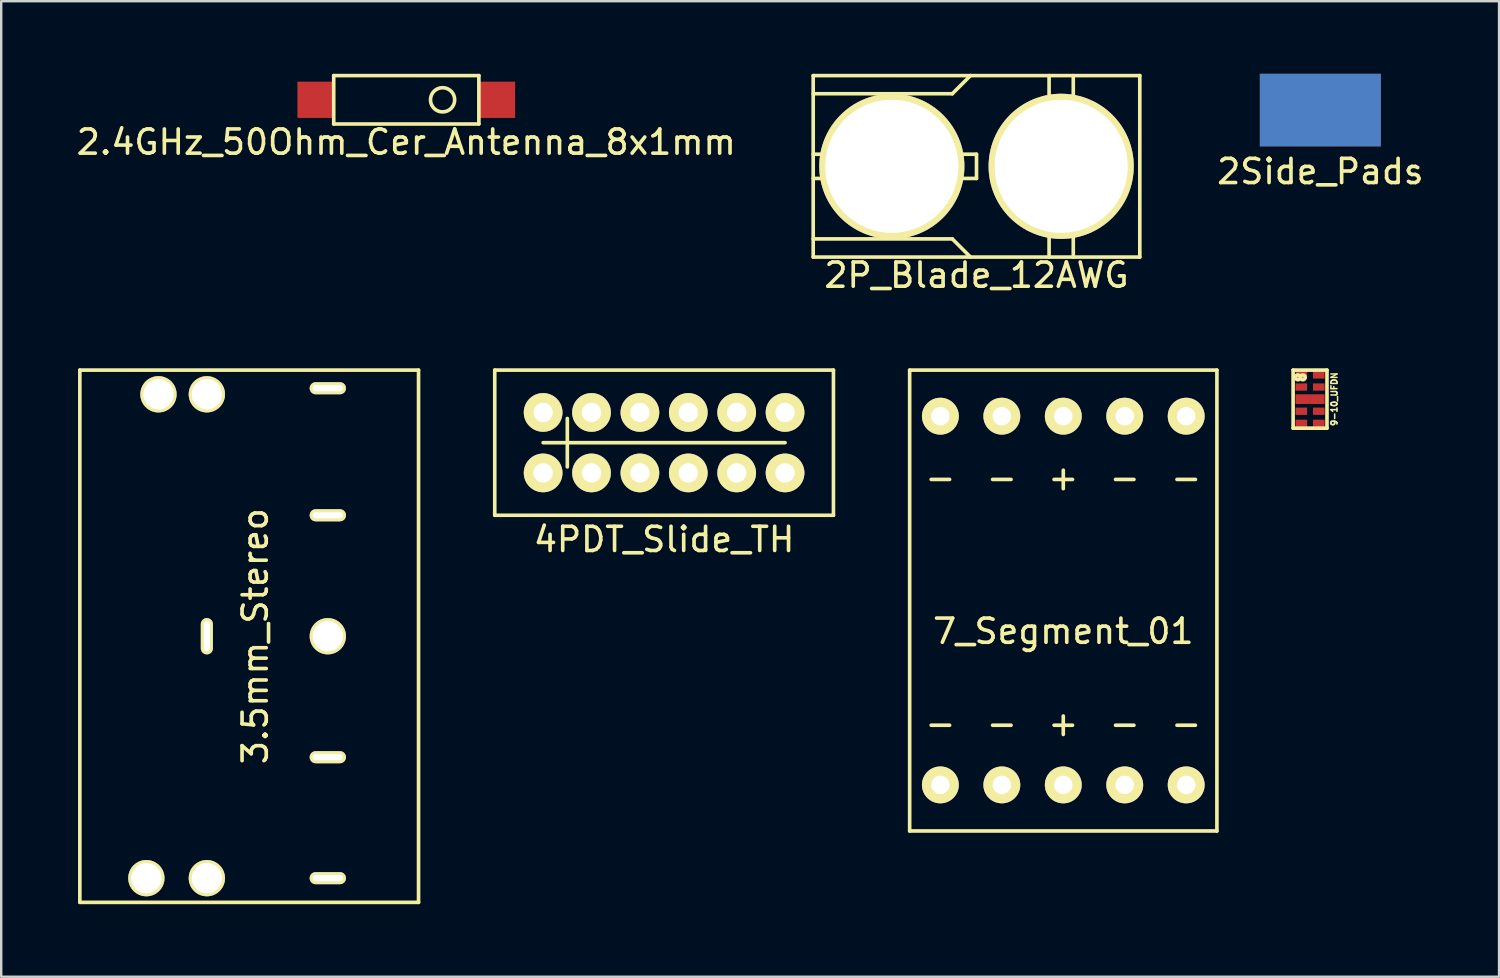
<source format=kicad_pcb>
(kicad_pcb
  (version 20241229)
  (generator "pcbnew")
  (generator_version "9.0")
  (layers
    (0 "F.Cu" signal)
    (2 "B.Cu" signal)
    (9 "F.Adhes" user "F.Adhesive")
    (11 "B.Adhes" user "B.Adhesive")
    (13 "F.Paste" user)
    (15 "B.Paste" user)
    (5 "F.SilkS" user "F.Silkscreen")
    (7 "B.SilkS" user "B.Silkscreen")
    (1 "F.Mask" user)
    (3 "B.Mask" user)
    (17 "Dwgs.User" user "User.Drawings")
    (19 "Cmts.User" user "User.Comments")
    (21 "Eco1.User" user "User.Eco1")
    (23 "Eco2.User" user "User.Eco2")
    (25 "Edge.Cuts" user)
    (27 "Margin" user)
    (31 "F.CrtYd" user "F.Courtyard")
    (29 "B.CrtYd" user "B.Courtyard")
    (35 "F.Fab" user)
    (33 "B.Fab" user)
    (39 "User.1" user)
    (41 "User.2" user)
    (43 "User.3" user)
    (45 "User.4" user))
  (footprint "2Side_Pads"
    (layer "F.Cu")
    (at 51.525 1.5)
    (property "Reference" "2Side_Pads" (at 0 2.54 0) (layer "F.SilkS") (effects (font (size 1 1) (thickness 0.15))))
    (attr through_hole)
    (pad "1" smd rect (at 0 0) (size 5 3) (layers "F.Cu" "F.Mask" "F.Paste"))
    (pad "2" smd rect (at 0 0) (size 5 3) (layers "F.Mask" "B.Cu" "F.Paste")))
  (footprint "2.4GHz_50Ohm_Cer_Antenna_8x1mm"
    (layer "F.Cu")
    (at 13.744 1.075)
    (property "Reference" "2.4GHz_50Ohm_Cer_Antenna_8x1mm" (at 0 1.75 0) (layer "F.SilkS") (effects (font (size 1 1) (thickness 0.15))))
    (attr through_hole)
    (fp_line (start -3 -1) (end 3 -1) (stroke (width 0.15) (type solid)) (layer "F.SilkS"))
    (fp_line (start -3 1) (end -3 -1) (stroke (width 0.15) (type solid)) (layer "F.SilkS"))
    (fp_line (start 3 -1) (end 3 1) (stroke (width 0.15) (type solid)) (layer "F.SilkS"))
    (fp_line (start 3 1) (end -3 1) (stroke (width 0.15) (type solid)) (layer "F.SilkS"))
    (fp_circle (center 1.5 0) (end 1.5 -0.5) (stroke (width 0.15) (type solid)) (fill no) (layer "F.SilkS"))
    (pad "1" smd rect (at 3.75 0) (size 1.5 1.5) (layers "F.Cu" "F.Mask" "F.Paste"))
    (pad "2" smd rect (at -3.75 0) (size 1.5 1.5) (layers "F.Cu" "F.Mask" "F.Paste")))
  (footprint "9-10_UFDN"
    (layer "F.Cu")
    (at 51.1 13.448)
    (property "Reference" "9-10_UFDN" (at 1 0 90) (layer "F.SilkS") (effects (font (size 0.25 0.25) (thickness 0.062))))
    (attr through_hole)
    (fp_line (start -0.7 -1.2) (end -0.7 1.2) (stroke (width 0.15) (type solid)) (layer "F.SilkS"))
    (fp_line (start -0.7 1.2) (end 0.7 1.2) (stroke (width 0.15) (type solid)) (layer "F.SilkS"))
    (fp_line (start 0.7 -1.2) (end -0.7 -1.2) (stroke (width 0.15) (type solid)) (layer "F.SilkS"))
    (fp_line (start 0.7 1.2) (end 0.7 -1.2) (stroke (width 0.15) (type solid)) (layer "F.SilkS"))
    (fp_circle (center -0.5 -0.9) (end -0.5 -1) (stroke (width 0.15) (type solid)) (fill no) (layer "F.SilkS"))
    (fp_circle (center -0.3 -0.9) (end -0.3 -1) (stroke (width 0.15) (type solid)) (fill no) (layer "F.SilkS"))
    (pad "1" smd rect (at -0.36 -1) (size 0.48 0.3) (layers "F.Cu" "F.Mask" "F.Paste"))
    (pad "2" smd rect (at -0.36 -0.5) (size 0.48 0.3) (layers "F.Cu" "F.Mask" "F.Paste"))
    (pad "3" smd rect (at -0.3 0) (size 0.6 0.4) (layers "F.Cu" "F.Mask" "F.Paste"))
    (pad "4" smd rect (at -0.36 0.5) (size 0.48 0.3) (layers "F.Cu" "F.Mask" "F.Paste"))
    (pad "5" smd rect (at -0.36 1) (size 0.48 0.3) (layers "F.Cu" "F.Mask" "F.Paste"))
    (pad "6" smd rect (at 0.36 1) (size 0.48 0.3) (layers "F.Cu" "F.Mask" "F.Paste"))
    (pad "7" smd rect (at 0.36 0.5) (size 0.48 0.3) (layers "F.Cu" "F.Mask" "F.Paste"))
    (pad "8" smd rect (at 0.3 0) (size 0.6 0.4) (layers "F.Cu" "F.Mask" "F.Paste"))
    (pad "9" smd rect (at 0.36 -0.5) (size 0.48 0.3) (layers "F.Cu" "F.Mask" "F.Paste"))
    (pad "10" smd rect (at 0.36 -1) (size 0.48 0.3) (layers "F.Cu" "F.Mask" "F.Paste")))
  (footprint "7_Segment_01"
    (layer "F.Cu")
    (at 40.9 21.773)
    (property "Reference" "7_Segment_01" (at 0 1.27 0) (layer "F.SilkS") (effects (font (size 1 1) (thickness 0.15))))
    (attr through_hole)
    (fp_line (start -6.35 -9.525) (end 6.35 -9.525) (stroke (width 0.15) (type solid)) (layer "F.SilkS"))
    (fp_line (start -6.35 9.525) (end -6.35 -9.525) (stroke (width 0.15) (type solid)) (layer "F.SilkS"))
    (fp_line (start 6.35 -9.525) (end 6.35 9.525) (stroke (width 0.15) (type solid)) (layer "F.SilkS"))
    (fp_line (start 6.35 9.525) (end -6.35 9.525) (stroke (width 0.15) (type solid)) (layer "F.SilkS"))
    (fp_text user "-" (at -5.08 -5.08 0) (layer "F.SilkS") (effects (font (size 1 1) (thickness 0.15))))
    (fp_text user "-" (at -2.54 5.08 0) (layer "F.SilkS") (effects (font (size 1 1) (thickness 0.15))))
    (fp_text user "-" (at 5.08 -5.08 0) (layer "F.SilkS") (effects (font (size 1 1) (thickness 0.15))))
    (fp_text user "-" (at 5.08 5.08 0) (layer "F.SilkS") (effects (font (size 1 1) (thickness 0.15))))
    (fp_text user "-" (at -5.08 5.08 0) (layer "F.SilkS") (effects (font (size 1 1) (thickness 0.15))))
    (fp_text user "+" (at 0 -5.08 0) (layer "F.SilkS") (effects (font (size 1 1) (thickness 0.15))))
    (fp_text user "+" (at 0 5.08 0) (layer "F.SilkS") (effects (font (size 1 1) (thickness 0.15))))
    (fp_text user "-" (at 2.54 -5.08 0) (layer "F.SilkS") (effects (font (size 1 1) (thickness 0.15))))
    (fp_text user "-" (at 2.54 5.08 0) (layer "F.SilkS") (effects (font (size 1 1) (thickness 0.15))))
    (fp_text user "-" (at -2.54 -5.08 0) (layer "F.SilkS") (effects (font (size 1 1) (thickness 0.15))))
    (pad "1" thru_hole circle (at -5.08 -7.62) (size 1.524 1.524) (drill 0.762) (layers "*.Cu" "*.Mask" "F.SilkS"))
    (pad "2" thru_hole circle (at -2.54 -7.62) (size 1.524 1.524) (drill 0.762) (layers "*.Cu" "*.Mask" "F.SilkS"))
    (pad "3" thru_hole circle (at 0 -7.62) (size 1.524 1.524) (drill 0.762) (layers "*.Cu" "*.Mask" "F.SilkS"))
    (pad "4" thru_hole circle (at 2.54 -7.62) (size 1.524 1.524) (drill 0.762) (layers "*.Cu" "*.Mask" "F.SilkS"))
    (pad "5" thru_hole circle (at 5.08 -7.62) (size 1.524 1.524) (drill 0.762) (layers "*.Cu" "*.Mask" "F.SilkS"))
    (pad "6" thru_hole circle (at 5.08 7.62) (size 1.524 1.524) (drill 0.762) (layers "*.Cu" "*.Mask" "F.SilkS"))
    (pad "7" thru_hole circle (at 2.54 7.62) (size 1.524 1.524) (drill 0.762) (layers "*.Cu" "*.Mask" "F.SilkS"))
    (pad "8" thru_hole circle (at 0 7.62) (size 1.524 1.524) (drill 0.762) (layers "*.Cu" "*.Mask" "F.SilkS"))
    (pad "9" thru_hole circle (at -2.54 7.62) (size 1.524 1.524) (drill 0.762) (layers "*.Cu" "*.Mask" "F.SilkS"))
    (pad "10" thru_hole circle (at -5.08 7.62) (size 1.524 1.524) (drill 0.762) (layers "*.Cu" "*.Mask" "F.SilkS")))
  (footprint "3.5mm_Stereo"
    (layer "F.Cu")
    (at 0.25 23.248)
    (property "Reference" "3.5mm_Stereo" (at 7.25 0 90) (layer "F.SilkS") (effects (font (size 1 1) (thickness 0.15))))
    (attr through_hole)
    (fp_line (start 0 -11) (end 14 -11) (stroke (width 0.15) (type solid)) (layer "F.SilkS"))
    (fp_line (start 0 11) (end 0 -11) (stroke (width 0.15) (type solid)) (layer "F.SilkS"))
    (fp_line (start 14 -11) (end 14 11) (stroke (width 0.15) (type solid)) (layer "F.SilkS"))
    (fp_line (start 14 11) (end 0 11) (stroke (width 0.15) (type solid)) (layer "F.SilkS"))
    (pad "1" thru_hole oval (at 5.25 0) (size 0.5 1.5) (drill oval 0.25 1.25) (layers "*.Cu" "*.Mask" "F.SilkS"))
    (pad "2" thru_hole oval (at 10.25 10) (size 1.5 0.5) (drill oval 1.25 0.25) (layers "*.Cu" "*.Mask" "F.SilkS"))
    (pad "3" thru_hole oval (at 10.25 -10.25) (size 1.5 0.5) (drill oval 1.25 0.25) (layers "*.Cu" "*.Mask" "F.SilkS"))
    (pad "4" thru_hole oval (at 10.25 5) (size 1.5 0.5) (drill oval 1.25 0.25) (layers "*.Cu" "*.Mask" "F.SilkS"))
    (pad "5" thru_hole oval (at 10.25 -5) (size 1.5 0.5) (drill oval 1.25 0.25) (layers "*.Cu" "*.Mask" "F.SilkS"))
    (pad "6" thru_hole circle (at 2.75 10) (size 1.5 1.5) (drill 1.25) (layers "*.Cu" "*.Mask" "F.SilkS"))
    (pad "6" thru_hole circle (at 3.25 -10) (size 1.5 1.5) (drill 1.25) (layers "*.Cu" "*.Mask" "F.SilkS"))
    (pad "6" thru_hole circle (at 5.25 -10) (size 1.5 1.5) (drill 1.25) (layers "*.Cu" "*.Mask" "F.SilkS"))
    (pad "6" thru_hole circle (at 5.25 10) (size 1.5 1.5) (drill 1.25) (layers "*.Cu" "*.Mask" "F.SilkS"))
    (pad "6" thru_hole circle (at 10.25 0) (size 1.5 1.5) (drill 1.25) (layers "*.Cu" "*.Mask" "F.SilkS")))
  (footprint "2P_Blade_12AWG"
    (layer "F.Cu")
    (at 37.313 3.825)
    (property "Reference" "2P_Blade_12AWG" (at 0 4.5 0) (layer "F.SilkS") (effects (font (size 1 1) (thickness 0.15))))
    (attr through_hole)
    (fp_line (start -6.75 -3.75) (end 6.75 -3.75) (stroke (width 0.15) (type solid)) (layer "F.SilkS"))
    (fp_line (start -6.75 -3) (end -1 -3) (stroke (width 0.15) (type solid)) (layer "F.SilkS"))
    (fp_line (start -6.75 3.75) (end -6.75 -3.75) (stroke (width 0.15) (type solid)) (layer "F.SilkS"))
    (fp_line (start -1 -3) (end -0.25 -3.75) (stroke (width 0.15) (type solid)) (layer "F.SilkS"))
    (fp_line (start -1 3) (end -6.75 3) (stroke (width 0.15) (type solid)) (layer "F.SilkS"))
    (fp_line (start -0.25 3.75) (end -1 3) (stroke (width 0.15) (type solid)) (layer "F.SilkS"))
    (fp_line (start 0 -0.5) (end -6.75 -0.5) (stroke (width 0.15) (type solid)) (layer "F.SilkS"))
    (fp_line (start 0 -0.5) (end 0 0.5) (stroke (width 0.15) (type solid)) (layer "F.SilkS"))
    (fp_line (start 0 0.5) (end -6.75 0.5) (stroke (width 0.15) (type solid)) (layer "F.SilkS"))
    (fp_line (start 3 -3.75) (end 3 3.75) (stroke (width 0.15) (type solid)) (layer "F.SilkS"))
    (fp_line (start 4 3.75) (end 4 -3.75) (stroke (width 0.15) (type solid)) (layer "F.SilkS"))
    (fp_line (start 6.75 -3.75) (end 6.75 3.75) (stroke (width 0.15) (type solid)) (layer "F.SilkS"))
    (fp_line (start 6.75 3.75) (end -6.75 3.75) (stroke (width 0.15) (type solid)) (layer "F.SilkS"))
    (pad "1" thru_hole circle (at 3.5 0) (size 6 6) (drill 5.5) (layers "*.Cu" "*.Mask" "F.SilkS"))
    (pad "2" thru_hole circle (at -3.5 0) (size 6 6) (drill 5.5) (layers "*.Cu" "*.Mask" "F.SilkS")))
  (footprint "4PDT_Slide_TH"
    (layer "F.Cu")
    (at 24.4 15.248)
    (property "Reference" "4PDT_Slide_TH" (at 0 4 0) (layer "F.SilkS") (effects (font (size 1 1) (thickness 0.15))))
    (attr through_hole)
    (fp_line (start -7 -3) (end 7 -3) (stroke (width 0.15) (type solid)) (layer "F.SilkS"))
    (fp_line (start -7 3) (end -7 -3) (stroke (width 0.15) (type solid)) (layer "F.SilkS"))
    (fp_line (start -5 0) (end 5 0) (stroke (width 0.15) (type solid)) (layer "F.SilkS"))
    (fp_line (start -4 -1) (end -4 1) (stroke (width 0.15) (type solid)) (layer "F.SilkS"))
    (fp_line (start 7 -3) (end 7 3) (stroke (width 0.15) (type solid)) (layer "F.SilkS"))
    (fp_line (start 7 3) (end -7 3) (stroke (width 0.15) (type solid)) (layer "F.SilkS"))
    (pad "1" thru_hole circle (at -5 -1.25) (size 1.6 1.6) (drill 0.8) (layers "*.Cu" "*.Mask" "F.SilkS"))
    (pad "2" thru_hole circle (at -3 -1.25) (size 1.6 1.6) (drill 0.8) (layers "*.Cu" "*.Mask" "F.SilkS"))
    (pad "3" thru_hole circle (at -1 -1.25) (size 1.6 1.6) (drill 0.8) (layers "*.Cu" "*.Mask" "F.SilkS"))
    (pad "4" thru_hole circle (at 1 -1.25) (size 1.6 1.6) (drill 0.8) (layers "*.Cu" "*.Mask" "F.SilkS"))
    (pad "5" thru_hole circle (at 3 -1.25) (size 1.6 1.6) (drill 0.8) (layers "*.Cu" "*.Mask" "F.SilkS"))
    (pad "6" thru_hole circle (at 5 -1.25) (size 1.6 1.6) (drill 0.8) (layers "*.Cu" "*.Mask" "F.SilkS"))
    (pad "7" thru_hole circle (at -5 1.25) (size 1.6 1.6) (drill 0.8) (layers "*.Cu" "*.Mask" "F.SilkS"))
    (pad "8" thru_hole circle (at -3 1.25) (size 1.6 1.6) (drill 0.8) (layers "*.Cu" "*.Mask" "F.SilkS"))
    (pad "9" thru_hole circle (at -1 1.25) (size 1.6 1.6) (drill 0.8) (layers "*.Cu" "*.Mask" "F.SilkS"))
    (pad "10" thru_hole circle (at 1 1.25) (size 1.6 1.6) (drill 0.8) (layers "*.Cu" "*.Mask" "F.SilkS"))
    (pad "11" thru_hole circle (at 3 1.25) (size 1.6 1.6) (drill 0.8) (layers "*.Cu" "*.Mask" "F.SilkS"))
    (pad "12" thru_hole circle (at 5 1.25) (size 1.6 1.6) (drill 0.8) (layers "*.Cu" "*.Mask" "F.SilkS")))
  (gr_rect
    (start -3 -3)
    (end 58.912 37.323)
    (stroke (width 0.1) (type default))
    (fill no)
    (layer "Edge.Cuts")))
</source>
